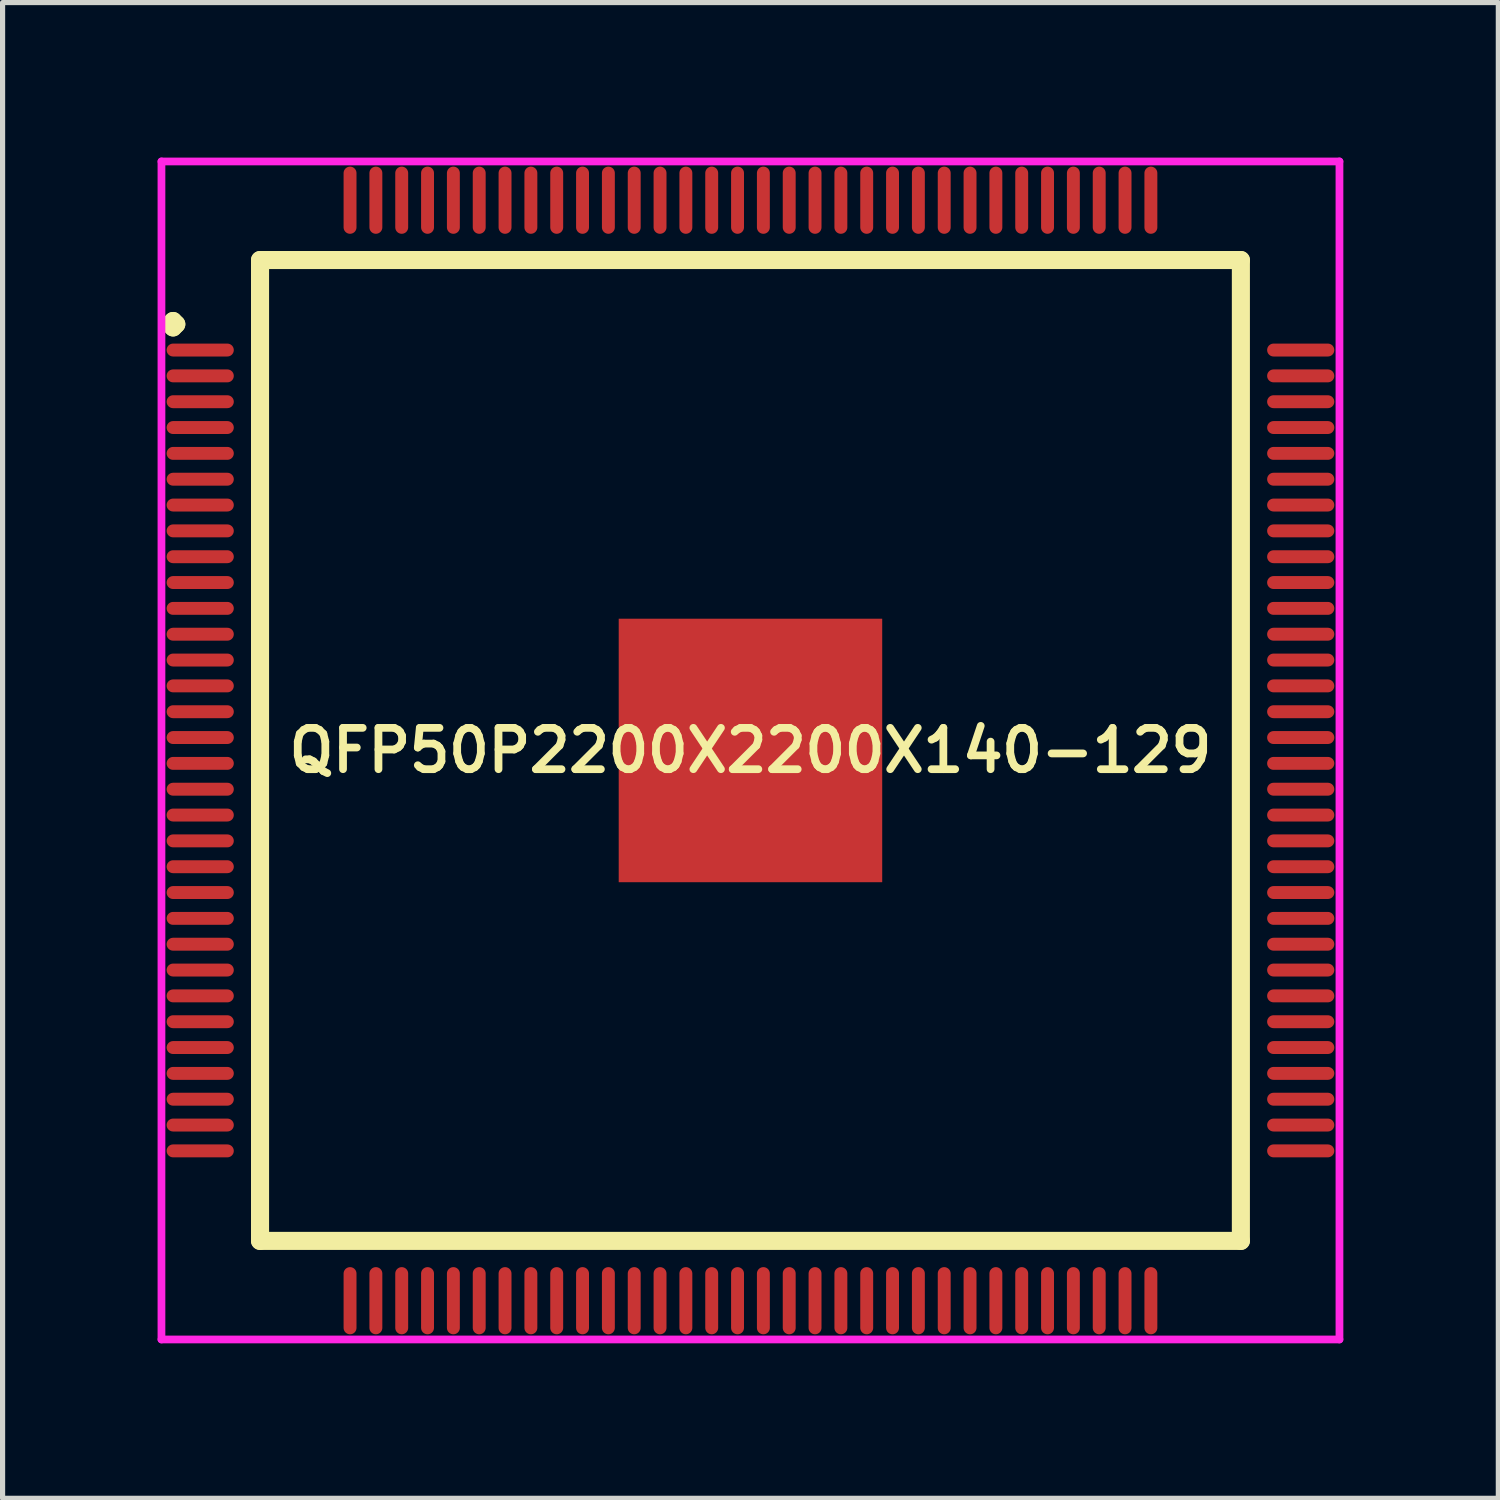
<source format=kicad_pcb>
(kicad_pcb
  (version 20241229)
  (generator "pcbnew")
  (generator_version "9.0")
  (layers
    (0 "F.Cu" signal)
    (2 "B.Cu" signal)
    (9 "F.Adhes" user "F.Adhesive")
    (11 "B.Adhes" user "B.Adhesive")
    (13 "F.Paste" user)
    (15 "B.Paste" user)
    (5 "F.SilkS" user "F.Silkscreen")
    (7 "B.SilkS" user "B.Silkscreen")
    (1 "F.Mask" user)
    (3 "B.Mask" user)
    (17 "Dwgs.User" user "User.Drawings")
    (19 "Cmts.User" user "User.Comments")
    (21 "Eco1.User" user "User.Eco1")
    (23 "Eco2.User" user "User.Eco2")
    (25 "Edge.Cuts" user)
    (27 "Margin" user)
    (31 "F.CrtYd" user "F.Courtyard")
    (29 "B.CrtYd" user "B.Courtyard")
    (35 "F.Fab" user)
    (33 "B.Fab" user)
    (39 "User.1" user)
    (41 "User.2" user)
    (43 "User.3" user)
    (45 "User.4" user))
  (footprint "QFP50P2200X2200X140-129"
    (layer "F.Cu")
    (at 11.475 11.475)
    (property "Reference" "QFP50P2200X2200X140-129" (at 0 0 0) (layer "F.SilkS") (effects (font (size 0.8 0.8) (thickness 0.15))))
    (attr smd)
    (fp_line (start -11.238 -8.25) (end -11.175 -8.312) (stroke (width 0.35) (type solid)) (layer "F.SilkS"))
    (fp_line (start -11.175 -8.312) (end -11.113 -8.25) (stroke (width 0.35) (type solid)) (layer "F.SilkS"))
    (fp_line (start -11.175 -8.188) (end -11.238 -8.25) (stroke (width 0.35) (type solid)) (layer "F.SilkS"))
    (fp_line (start -11.113 -8.25) (end -11.175 -8.188) (stroke (width 0.35) (type solid)) (layer "F.SilkS"))
    (fp_line (start -9.492 -9.492) (end -9.492 9.492) (stroke (width 0.35) (type solid)) (layer "F.SilkS"))
    (fp_line (start -9.492 9.492) (end 9.492 9.492) (stroke (width 0.35) (type solid)) (layer "F.SilkS"))
    (fp_line (start 9.492 -9.492) (end -9.492 -9.492) (stroke (width 0.35) (type solid)) (layer "F.SilkS"))
    (fp_line (start 9.492 9.492) (end 9.492 -9.492) (stroke (width 0.35) (type solid)) (layer "F.SilkS"))
    (fp_line (start -11.4 -11.4) (end 11.4 -11.4) (stroke (width 0.15) (type solid)) (layer "F.CrtYd"))
    (fp_line (start -11.4 11.4) (end -11.4 -11.4) (stroke (width 0.15) (type solid)) (layer "F.CrtYd"))
    (fp_line (start 11.4 -11.4) (end 11.4 11.4) (stroke (width 0.15) (type solid)) (layer "F.CrtYd"))
    (fp_line (start 11.4 11.4) (end -11.4 11.4) (stroke (width 0.15) (type solid)) (layer "F.CrtYd"))
    (pad "1" smd oval (at -10.65 -7.75) (size 1.3 0.25) (layers "F.Cu" "F.Mask" "F.Paste"))
    (pad "2" smd oval (at -10.65 -7.25) (size 1.3 0.25) (layers "F.Cu" "F.Mask" "F.Paste"))
    (pad "3" smd oval (at -10.65 -6.75) (size 1.3 0.25) (layers "F.Cu" "F.Mask" "F.Paste"))
    (pad "4" smd oval (at -10.65 -6.25) (size 1.3 0.25) (layers "F.Cu" "F.Mask" "F.Paste"))
    (pad "5" smd oval (at -10.65 -5.75) (size 1.3 0.25) (layers "F.Cu" "F.Mask" "F.Paste"))
    (pad "6" smd oval (at -10.65 -5.25) (size 1.3 0.25) (layers "F.Cu" "F.Mask" "F.Paste"))
    (pad "7" smd oval (at -10.65 -4.75) (size 1.3 0.25) (layers "F.Cu" "F.Mask" "F.Paste"))
    (pad "8" smd oval (at -10.65 -4.25) (size 1.3 0.25) (layers "F.Cu" "F.Mask" "F.Paste"))
    (pad "9" smd oval (at -10.65 -3.75) (size 1.3 0.25) (layers "F.Cu" "F.Mask" "F.Paste"))
    (pad "10" smd oval (at -10.65 -3.25) (size 1.3 0.25) (layers "F.Cu" "F.Mask" "F.Paste"))
    (pad "11" smd oval (at -10.65 -2.75) (size 1.3 0.25) (layers "F.Cu" "F.Mask" "F.Paste"))
    (pad "12" smd oval (at -10.65 -2.25) (size 1.3 0.25) (layers "F.Cu" "F.Mask" "F.Paste"))
    (pad "13" smd oval (at -10.65 -1.75) (size 1.3 0.25) (layers "F.Cu" "F.Mask" "F.Paste"))
    (pad "14" smd oval (at -10.65 -1.25) (size 1.3 0.25) (layers "F.Cu" "F.Mask" "F.Paste"))
    (pad "15" smd oval (at -10.65 -0.75) (size 1.3 0.25) (layers "F.Cu" "F.Mask" "F.Paste"))
    (pad "16" smd oval (at -10.65 -0.25) (size 1.3 0.25) (layers "F.Cu" "F.Mask" "F.Paste"))
    (pad "17" smd oval (at -10.65 0.25) (size 1.3 0.25) (layers "F.Cu" "F.Mask" "F.Paste"))
    (pad "18" smd oval (at -10.65 0.75) (size 1.3 0.25) (layers "F.Cu" "F.Mask" "F.Paste"))
    (pad "19" smd oval (at -10.65 1.25) (size 1.3 0.25) (layers "F.Cu" "F.Mask" "F.Paste"))
    (pad "20" smd oval (at -10.65 1.75) (size 1.3 0.25) (layers "F.Cu" "F.Mask" "F.Paste"))
    (pad "21" smd oval (at -10.65 2.25) (size 1.3 0.25) (layers "F.Cu" "F.Mask" "F.Paste"))
    (pad "22" smd oval (at -10.65 2.75) (size 1.3 0.25) (layers "F.Cu" "F.Mask" "F.Paste"))
    (pad "23" smd oval (at -10.65 3.25) (size 1.3 0.25) (layers "F.Cu" "F.Mask" "F.Paste"))
    (pad "24" smd oval (at -10.65 3.75) (size 1.3 0.25) (layers "F.Cu" "F.Mask" "F.Paste"))
    (pad "25" smd oval (at -10.65 4.25) (size 1.3 0.25) (layers "F.Cu" "F.Mask" "F.Paste"))
    (pad "26" smd oval (at -10.65 4.75) (size 1.3 0.25) (layers "F.Cu" "F.Mask" "F.Paste"))
    (pad "27" smd oval (at -10.65 5.25) (size 1.3 0.25) (layers "F.Cu" "F.Mask" "F.Paste"))
    (pad "28" smd oval (at -10.65 5.75) (size 1.3 0.25) (layers "F.Cu" "F.Mask" "F.Paste"))
    (pad "29" smd oval (at -10.65 6.25) (size 1.3 0.25) (layers "F.Cu" "F.Mask" "F.Paste"))
    (pad "30" smd oval (at -10.65 6.75) (size 1.3 0.25) (layers "F.Cu" "F.Mask" "F.Paste"))
    (pad "31" smd oval (at -10.65 7.25) (size 1.3 0.25) (layers "F.Cu" "F.Mask" "F.Paste"))
    (pad "32" smd oval (at -10.65 7.75) (size 1.3 0.25) (layers "F.Cu" "F.Mask" "F.Paste"))
    (pad "33" smd oval (at -7.75 10.65) (size 0.25 1.3) (layers "F.Cu" "F.Mask" "F.Paste"))
    (pad "34" smd oval (at -7.25 10.65) (size 0.25 1.3) (layers "F.Cu" "F.Mask" "F.Paste"))
    (pad "35" smd oval (at -6.75 10.65) (size 0.25 1.3) (layers "F.Cu" "F.Mask" "F.Paste"))
    (pad "36" smd oval (at -6.25 10.65) (size 0.25 1.3) (layers "F.Cu" "F.Mask" "F.Paste"))
    (pad "37" smd oval (at -5.75 10.65) (size 0.25 1.3) (layers "F.Cu" "F.Mask" "F.Paste"))
    (pad "38" smd oval (at -5.25 10.65) (size 0.25 1.3) (layers "F.Cu" "F.Mask" "F.Paste"))
    (pad "39" smd oval (at -4.75 10.65) (size 0.25 1.3) (layers "F.Cu" "F.Mask" "F.Paste"))
    (pad "40" smd oval (at -4.25 10.65) (size 0.25 1.3) (layers "F.Cu" "F.Mask" "F.Paste"))
    (pad "41" smd oval (at -3.75 10.65) (size 0.25 1.3) (layers "F.Cu" "F.Mask" "F.Paste"))
    (pad "42" smd oval (at -3.25 10.65) (size 0.25 1.3) (layers "F.Cu" "F.Mask" "F.Paste"))
    (pad "43" smd oval (at -2.75 10.65) (size 0.25 1.3) (layers "F.Cu" "F.Mask" "F.Paste"))
    (pad "44" smd oval (at -2.25 10.65) (size 0.25 1.3) (layers "F.Cu" "F.Mask" "F.Paste"))
    (pad "45" smd oval (at -1.75 10.65) (size 0.25 1.3) (layers "F.Cu" "F.Mask" "F.Paste"))
    (pad "46" smd oval (at -1.25 10.65) (size 0.25 1.3) (layers "F.Cu" "F.Mask" "F.Paste"))
    (pad "47" smd oval (at -0.75 10.65) (size 0.25 1.3) (layers "F.Cu" "F.Mask" "F.Paste"))
    (pad "48" smd oval (at -0.25 10.65) (size 0.25 1.3) (layers "F.Cu" "F.Mask" "F.Paste"))
    (pad "49" smd oval (at 0.25 10.65) (size 0.25 1.3) (layers "F.Cu" "F.Mask" "F.Paste"))
    (pad "50" smd oval (at 0.75 10.65) (size 0.25 1.3) (layers "F.Cu" "F.Mask" "F.Paste"))
    (pad "51" smd oval (at 1.25 10.65) (size 0.25 1.3) (layers "F.Cu" "F.Mask" "F.Paste"))
    (pad "52" smd oval (at 1.75 10.65) (size 0.25 1.3) (layers "F.Cu" "F.Mask" "F.Paste"))
    (pad "53" smd oval (at 2.25 10.65) (size 0.25 1.3) (layers "F.Cu" "F.Mask" "F.Paste"))
    (pad "54" smd oval (at 2.75 10.65) (size 0.25 1.3) (layers "F.Cu" "F.Mask" "F.Paste"))
    (pad "55" smd oval (at 3.25 10.65) (size 0.25 1.3) (layers "F.Cu" "F.Mask" "F.Paste"))
    (pad "56" smd oval (at 3.75 10.65) (size 0.25 1.3) (layers "F.Cu" "F.Mask" "F.Paste"))
    (pad "57" smd oval (at 4.25 10.65) (size 0.25 1.3) (layers "F.Cu" "F.Mask" "F.Paste"))
    (pad "58" smd oval (at 4.75 10.65) (size 0.25 1.3) (layers "F.Cu" "F.Mask" "F.Paste"))
    (pad "59" smd oval (at 5.25 10.65) (size 0.25 1.3) (layers "F.Cu" "F.Mask" "F.Paste"))
    (pad "60" smd oval (at 5.75 10.65) (size 0.25 1.3) (layers "F.Cu" "F.Mask" "F.Paste"))
    (pad "61" smd oval (at 6.25 10.65) (size 0.25 1.3) (layers "F.Cu" "F.Mask" "F.Paste"))
    (pad "62" smd oval (at 6.75 10.65) (size 0.25 1.3) (layers "F.Cu" "F.Mask" "F.Paste"))
    (pad "63" smd oval (at 7.25 10.65) (size 0.25 1.3) (layers "F.Cu" "F.Mask" "F.Paste"))
    (pad "64" smd oval (at 7.75 10.65) (size 0.25 1.3) (layers "F.Cu" "F.Mask" "F.Paste"))
    (pad "65" smd oval (at 10.65 7.75) (size 1.3 0.25) (layers "F.Cu" "F.Mask" "F.Paste"))
    (pad "66" smd oval (at 10.65 7.25) (size 1.3 0.25) (layers "F.Cu" "F.Mask" "F.Paste"))
    (pad "67" smd oval (at 10.65 6.75) (size 1.3 0.25) (layers "F.Cu" "F.Mask" "F.Paste"))
    (pad "68" smd oval (at 10.65 6.25) (size 1.3 0.25) (layers "F.Cu" "F.Mask" "F.Paste"))
    (pad "69" smd oval (at 10.65 5.75) (size 1.3 0.25) (layers "F.Cu" "F.Mask" "F.Paste"))
    (pad "70" smd oval (at 10.65 5.25) (size 1.3 0.25) (layers "F.Cu" "F.Mask" "F.Paste"))
    (pad "71" smd oval (at 10.65 4.75) (size 1.3 0.25) (layers "F.Cu" "F.Mask" "F.Paste"))
    (pad "72" smd oval (at 10.65 4.25) (size 1.3 0.25) (layers "F.Cu" "F.Mask" "F.Paste"))
    (pad "73" smd oval (at 10.65 3.75) (size 1.3 0.25) (layers "F.Cu" "F.Mask" "F.Paste"))
    (pad "74" smd oval (at 10.65 3.25) (size 1.3 0.25) (layers "F.Cu" "F.Mask" "F.Paste"))
    (pad "75" smd oval (at 10.65 2.75) (size 1.3 0.25) (layers "F.Cu" "F.Mask" "F.Paste"))
    (pad "76" smd oval (at 10.65 2.25) (size 1.3 0.25) (layers "F.Cu" "F.Mask" "F.Paste"))
    (pad "77" smd oval (at 10.65 1.75) (size 1.3 0.25) (layers "F.Cu" "F.Mask" "F.Paste"))
    (pad "78" smd oval (at 10.65 1.25) (size 1.3 0.25) (layers "F.Cu" "F.Mask" "F.Paste"))
    (pad "79" smd oval (at 10.65 0.75) (size 1.3 0.25) (layers "F.Cu" "F.Mask" "F.Paste"))
    (pad "80" smd oval (at 10.65 0.25) (size 1.3 0.25) (layers "F.Cu" "F.Mask" "F.Paste"))
    (pad "81" smd oval (at 10.65 -0.25) (size 1.3 0.25) (layers "F.Cu" "F.Mask" "F.Paste"))
    (pad "82" smd oval (at 10.65 -0.75) (size 1.3 0.25) (layers "F.Cu" "F.Mask" "F.Paste"))
    (pad "83" smd oval (at 10.65 -1.25) (size 1.3 0.25) (layers "F.Cu" "F.Mask" "F.Paste"))
    (pad "84" smd oval (at 10.65 -1.75) (size 1.3 0.25) (layers "F.Cu" "F.Mask" "F.Paste"))
    (pad "85" smd oval (at 10.65 -2.25) (size 1.3 0.25) (layers "F.Cu" "F.Mask" "F.Paste"))
    (pad "86" smd oval (at 10.65 -2.75) (size 1.3 0.25) (layers "F.Cu" "F.Mask" "F.Paste"))
    (pad "87" smd oval (at 10.65 -3.25) (size 1.3 0.25) (layers "F.Cu" "F.Mask" "F.Paste"))
    (pad "88" smd oval (at 10.65 -3.75) (size 1.3 0.25) (layers "F.Cu" "F.Mask" "F.Paste"))
    (pad "89" smd oval (at 10.65 -4.25) (size 1.3 0.25) (layers "F.Cu" "F.Mask" "F.Paste"))
    (pad "90" smd oval (at 10.65 -4.75) (size 1.3 0.25) (layers "F.Cu" "F.Mask" "F.Paste"))
    (pad "91" smd oval (at 10.65 -5.25) (size 1.3 0.25) (layers "F.Cu" "F.Mask" "F.Paste"))
    (pad "92" smd oval (at 10.65 -5.75) (size 1.3 0.25) (layers "F.Cu" "F.Mask" "F.Paste"))
    (pad "93" smd oval (at 10.65 -6.25) (size 1.3 0.25) (layers "F.Cu" "F.Mask" "F.Paste"))
    (pad "94" smd oval (at 10.65 -6.75) (size 1.3 0.25) (layers "F.Cu" "F.Mask" "F.Paste"))
    (pad "95" smd oval (at 10.65 -7.25) (size 1.3 0.25) (layers "F.Cu" "F.Mask" "F.Paste"))
    (pad "96" smd oval (at 10.65 -7.75) (size 1.3 0.25) (layers "F.Cu" "F.Mask" "F.Paste"))
    (pad "97" smd oval (at 7.75 -10.65) (size 0.25 1.3) (layers "F.Cu" "F.Mask" "F.Paste"))
    (pad "98" smd oval (at 7.25 -10.65) (size 0.25 1.3) (layers "F.Cu" "F.Mask" "F.Paste"))
    (pad "99" smd oval (at 6.75 -10.65) (size 0.25 1.3) (layers "F.Cu" "F.Mask" "F.Paste"))
    (pad "100" smd oval (at 6.25 -10.65) (size 0.25 1.3) (layers "F.Cu" "F.Mask" "F.Paste"))
    (pad "101" smd oval (at 5.75 -10.65) (size 0.25 1.3) (layers "F.Cu" "F.Mask" "F.Paste"))
    (pad "102" smd oval (at 5.25 -10.65) (size 0.25 1.3) (layers "F.Cu" "F.Mask" "F.Paste"))
    (pad "103" smd oval (at 4.75 -10.65) (size 0.25 1.3) (layers "F.Cu" "F.Mask" "F.Paste"))
    (pad "104" smd oval (at 4.25 -10.65) (size 0.25 1.3) (layers "F.Cu" "F.Mask" "F.Paste"))
    (pad "105" smd oval (at 3.75 -10.65) (size 0.25 1.3) (layers "F.Cu" "F.Mask" "F.Paste"))
    (pad "106" smd oval (at 3.25 -10.65) (size 0.25 1.3) (layers "F.Cu" "F.Mask" "F.Paste"))
    (pad "107" smd oval (at 2.75 -10.65) (size 0.25 1.3) (layers "F.Cu" "F.Mask" "F.Paste"))
    (pad "108" smd oval (at 2.25 -10.65) (size 0.25 1.3) (layers "F.Cu" "F.Mask" "F.Paste"))
    (pad "109" smd oval (at 1.75 -10.65) (size 0.25 1.3) (layers "F.Cu" "F.Mask" "F.Paste"))
    (pad "110" smd oval (at 1.25 -10.65) (size 0.25 1.3) (layers "F.Cu" "F.Mask" "F.Paste"))
    (pad "111" smd oval (at 0.75 -10.65) (size 0.25 1.3) (layers "F.Cu" "F.Mask" "F.Paste"))
    (pad "112" smd oval (at 0.25 -10.65) (size 0.25 1.3) (layers "F.Cu" "F.Mask" "F.Paste"))
    (pad "113" smd oval (at -0.25 -10.65) (size 0.25 1.3) (layers "F.Cu" "F.Mask" "F.Paste"))
    (pad "114" smd oval (at -0.75 -10.65) (size 0.25 1.3) (layers "F.Cu" "F.Mask" "F.Paste"))
    (pad "115" smd oval (at -1.25 -10.65) (size 0.25 1.3) (layers "F.Cu" "F.Mask" "F.Paste"))
    (pad "116" smd oval (at -1.75 -10.65) (size 0.25 1.3) (layers "F.Cu" "F.Mask" "F.Paste"))
    (pad "117" smd oval (at -2.25 -10.65) (size 0.25 1.3) (layers "F.Cu" "F.Mask" "F.Paste"))
    (pad "118" smd oval (at -2.75 -10.65) (size 0.25 1.3) (layers "F.Cu" "F.Mask" "F.Paste"))
    (pad "119" smd oval (at -3.25 -10.65) (size 0.25 1.3) (layers "F.Cu" "F.Mask" "F.Paste"))
    (pad "120" smd oval (at -3.75 -10.65) (size 0.25 1.3) (layers "F.Cu" "F.Mask" "F.Paste"))
    (pad "121" smd oval (at -4.25 -10.65) (size 0.25 1.3) (layers "F.Cu" "F.Mask" "F.Paste"))
    (pad "122" smd oval (at -4.75 -10.65) (size 0.25 1.3) (layers "F.Cu" "F.Mask" "F.Paste"))
    (pad "123" smd oval (at -5.25 -10.65) (size 0.25 1.3) (layers "F.Cu" "F.Mask" "F.Paste"))
    (pad "124" smd oval (at -5.75 -10.65) (size 0.25 1.3) (layers "F.Cu" "F.Mask" "F.Paste"))
    (pad "125" smd oval (at -6.25 -10.65) (size 0.25 1.3) (layers "F.Cu" "F.Mask" "F.Paste"))
    (pad "126" smd oval (at -6.75 -10.65) (size 0.25 1.3) (layers "F.Cu" "F.Mask" "F.Paste"))
    (pad "127" smd oval (at -7.25 -10.65) (size 0.25 1.3) (layers "F.Cu" "F.Mask" "F.Paste"))
    (pad "128" smd oval (at -7.75 -10.65) (size 0.25 1.3) (layers "F.Cu" "F.Mask" "F.Paste"))
    (pad "129" smd rect (at 0 0) (size 5.1 5.1) (layers "F.Cu" "F.Mask" "F.Paste")))
  (gr_rect
    (start -3 -3)
    (end 25.95 25.95)
    (stroke (width 0.1) (type default))
    (fill no)
    (layer "Edge.Cuts")))
</source>
